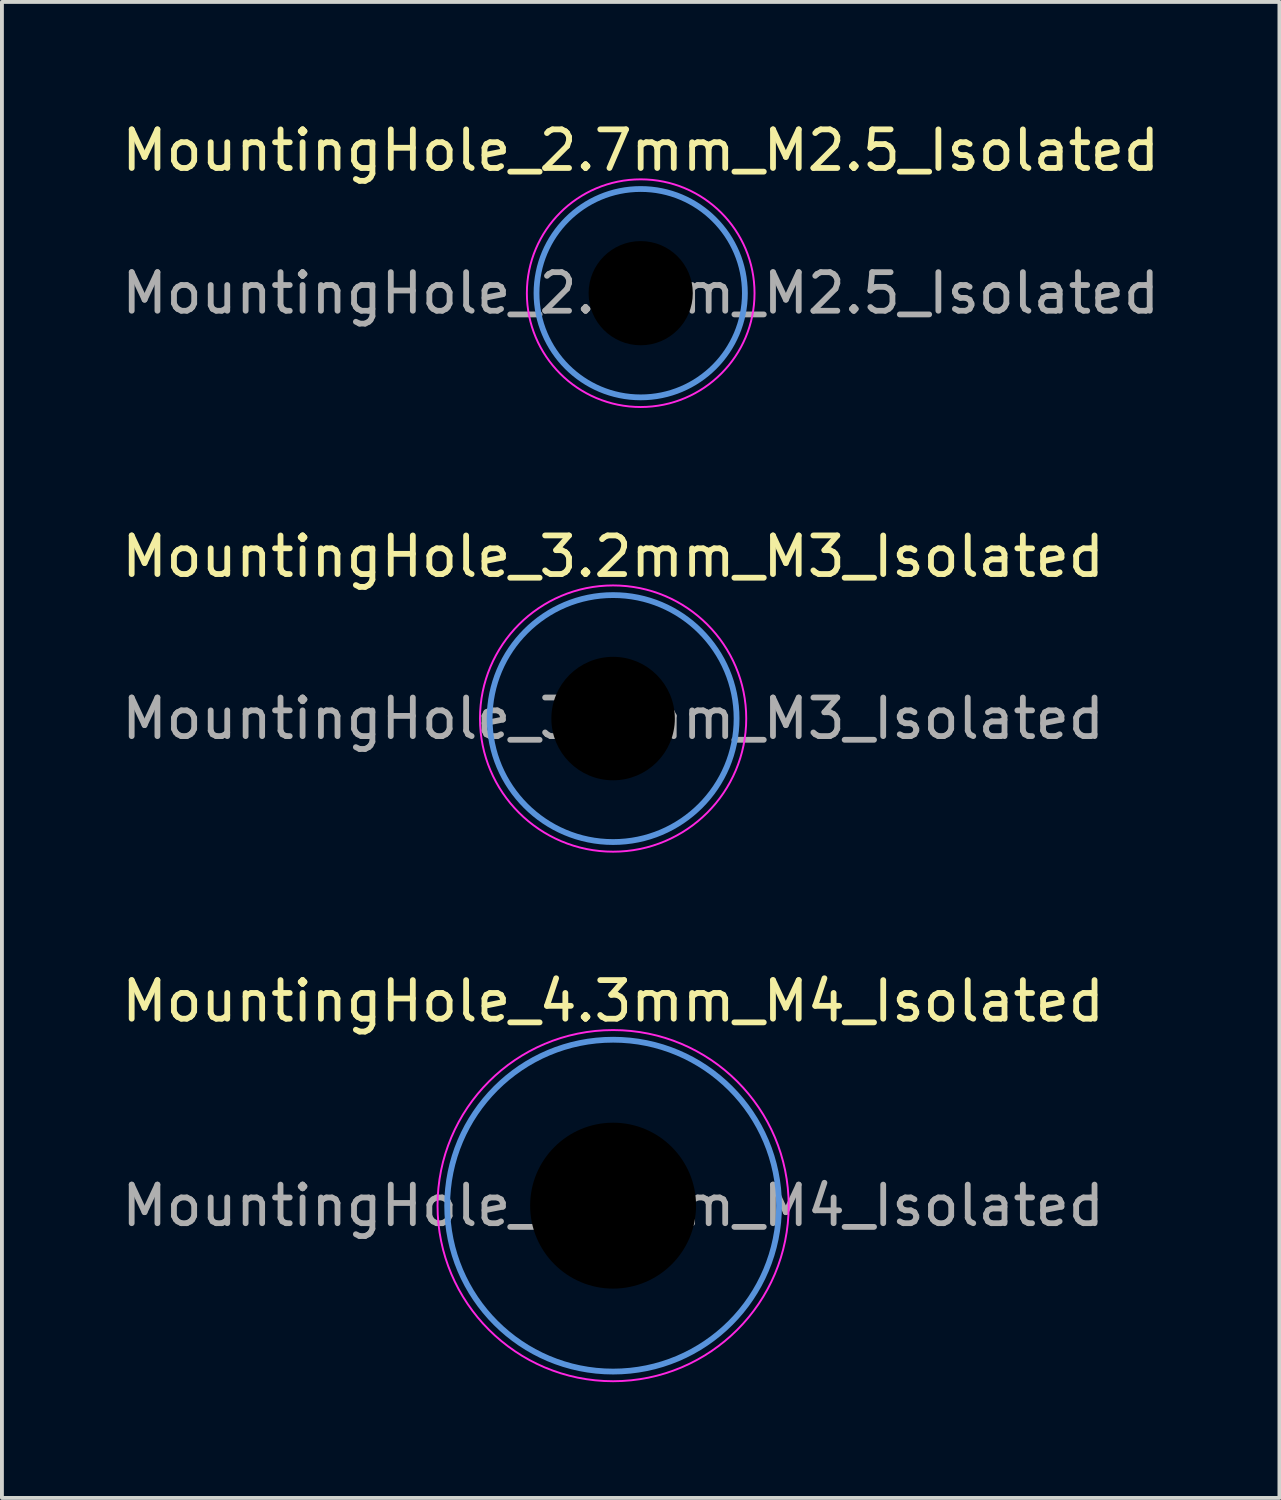
<source format=kicad_pcb>
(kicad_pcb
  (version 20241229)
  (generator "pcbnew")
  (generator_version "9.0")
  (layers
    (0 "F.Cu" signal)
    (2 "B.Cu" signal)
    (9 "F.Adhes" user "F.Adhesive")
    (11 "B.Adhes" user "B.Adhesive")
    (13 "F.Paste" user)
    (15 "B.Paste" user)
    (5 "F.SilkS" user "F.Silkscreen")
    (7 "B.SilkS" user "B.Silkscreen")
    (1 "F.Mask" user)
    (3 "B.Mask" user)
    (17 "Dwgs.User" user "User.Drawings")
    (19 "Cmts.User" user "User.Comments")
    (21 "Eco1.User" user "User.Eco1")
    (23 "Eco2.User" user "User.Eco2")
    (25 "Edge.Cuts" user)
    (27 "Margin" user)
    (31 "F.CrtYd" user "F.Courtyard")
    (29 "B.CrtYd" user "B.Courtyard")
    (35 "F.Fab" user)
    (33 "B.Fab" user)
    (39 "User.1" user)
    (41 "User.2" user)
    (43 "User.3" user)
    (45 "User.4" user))
  (footprint "MountingHole_4.3mm_M4_Isolated"
    (layer "F.Cu")
    (at 12.839 28.195)
    (property "Reference" "MountingHole_4.3mm_M4_Isolated" (at 0 -5.3 0) (layer "F.SilkS") (effects (font (size 1 1) (thickness 0.15))))
    (attr exclude_from_pos_files exclude_from_bom)
    (fp_circle (center 0 0) (end 4.3 0) (stroke (width 0.15) (type solid)) (fill no) (layer "Cmts.User"))
    (fp_circle (center 0 0) (end 4.55 0) (stroke (width 0.05) (type solid)) (fill no) (layer "F.CrtYd"))
    (fp_text user "${REFERENCE}" (at 0 0 0) (layer "F.Fab") (effects (font (size 1 1) (thickness 0.15))))
    (pad "" np_thru_hole circle (at 0 0) (size 8 8) (drill 4.3) (layers "*.Mask")))
  (footprint "MountingHole_2.7mm_M2.5_Isolated"
    (layer "F.Cu")
    (at 13.554 4.548)
    (property "Reference" "MountingHole_2.7mm_M2.5_Isolated" (at 0 -3.7 0) (layer "F.SilkS") (effects (font (size 1 1) (thickness 0.15))))
    (attr exclude_from_pos_files exclude_from_bom)
    (fp_circle (center 0 0) (end 2.7 0) (stroke (width 0.15) (type solid)) (fill no) (layer "Cmts.User"))
    (fp_circle (center 0 0) (end 2.95 0) (stroke (width 0.05) (type solid)) (fill no) (layer "F.CrtYd"))
    (fp_text user "${REFERENCE}" (at 0 0 0) (layer "F.Fab") (effects (font (size 1 1) (thickness 0.15))))
    (pad "" np_thru_hole circle (at 0 0) (size 5 5) (drill 2.7) (layers "*.Mask")))
  (footprint "MountingHole_3.2mm_M3_Isolated"
    (layer "F.Cu")
    (at 12.839 15.572)
    (property "Reference" "MountingHole_3.2mm_M3_Isolated" (at 0 -4.2 0) (layer "F.SilkS") (effects (font (size 1 1) (thickness 0.15))))
    (attr exclude_from_pos_files exclude_from_bom)
    (fp_circle (center 0 0) (end 3.2 0) (stroke (width 0.15) (type solid)) (fill no) (layer "Cmts.User"))
    (fp_circle (center 0 0) (end 3.45 0) (stroke (width 0.05) (type solid)) (fill no) (layer "F.CrtYd"))
    (fp_text user "${REFERENCE}" (at 0 0 0) (layer "F.Fab") (effects (font (size 1 1) (thickness 0.15))))
    (pad "" np_thru_hole circle (at 0 0) (size 6 6) (drill 3.2) (layers "*.Mask")))
  (gr_rect
    (start -3 -3)
    (end 30.107 35.77)
    (stroke (width 0.1) (type default))
    (fill no)
    (layer "Edge.Cuts")))
</source>
